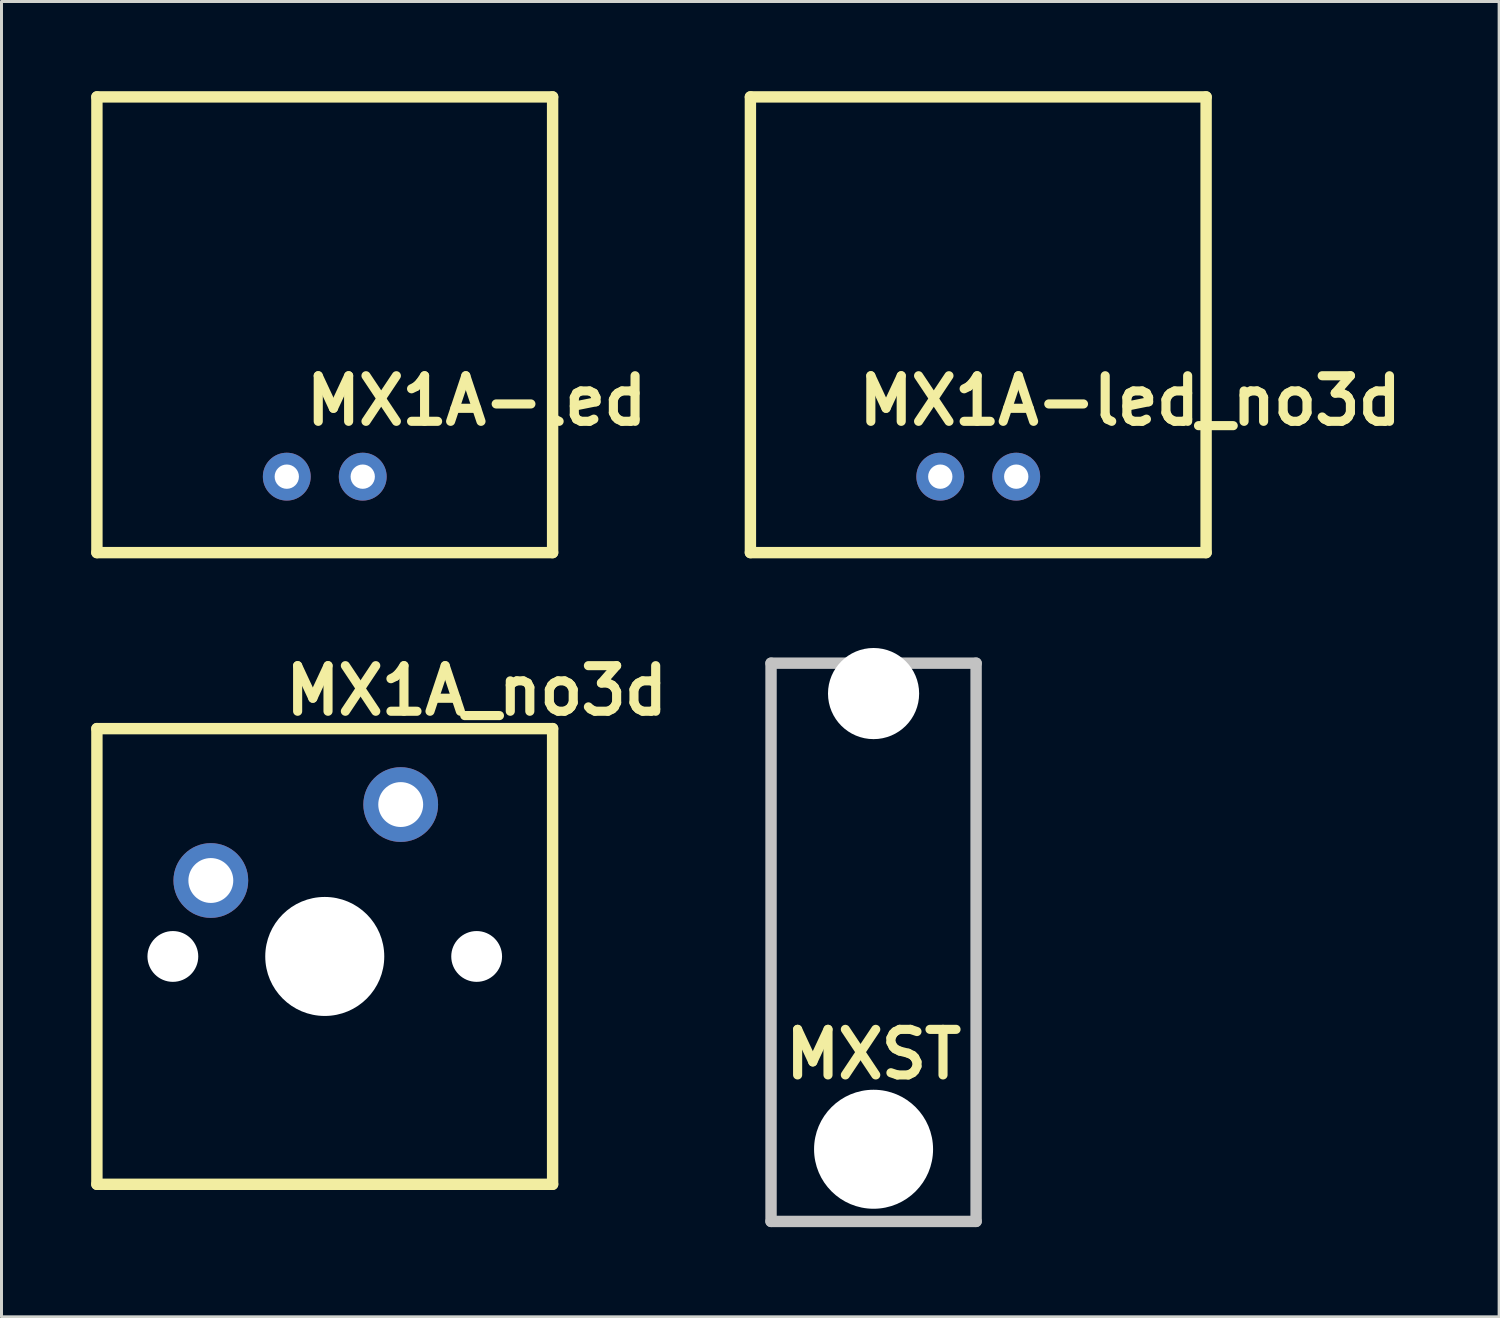
<source format=kicad_pcb>
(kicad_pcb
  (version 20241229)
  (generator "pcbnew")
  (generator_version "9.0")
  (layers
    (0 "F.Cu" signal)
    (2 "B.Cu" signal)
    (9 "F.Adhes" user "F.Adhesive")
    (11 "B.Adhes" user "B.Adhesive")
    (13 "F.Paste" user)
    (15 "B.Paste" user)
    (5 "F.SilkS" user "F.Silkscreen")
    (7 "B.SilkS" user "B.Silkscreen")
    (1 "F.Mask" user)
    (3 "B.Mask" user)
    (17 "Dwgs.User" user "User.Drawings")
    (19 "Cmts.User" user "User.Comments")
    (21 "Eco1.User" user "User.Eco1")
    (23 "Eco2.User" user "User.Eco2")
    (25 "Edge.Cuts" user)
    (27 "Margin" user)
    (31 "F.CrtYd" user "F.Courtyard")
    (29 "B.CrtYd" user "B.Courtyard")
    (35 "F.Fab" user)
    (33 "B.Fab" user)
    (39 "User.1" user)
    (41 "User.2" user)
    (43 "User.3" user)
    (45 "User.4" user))
  (footprint "MX1A-led_no3d"
    (layer "F.Cu")
    (at 29.666 7.811)
    (property "Reference" "MX1A-led_no3d" (at 5.08 2.54 0) (layer "F.SilkS") (effects (font (size 1.524 1.524) (thickness 0.305))))
    (attr through_hole)
    (fp_line (start -7.62 -7.62) (end 7.62 -7.62) (stroke (width 0.381) (type solid)) (layer "F.SilkS"))
    (fp_line (start -7.62 7.62) (end -7.62 -7.62) (stroke (width 0.381) (type solid)) (layer "F.SilkS"))
    (fp_line (start 7.62 -7.62) (end 7.62 7.62) (stroke (width 0.381) (type solid)) (layer "F.SilkS"))
    (fp_line (start 7.62 7.62) (end -7.62 7.62) (stroke (width 0.381) (type solid)) (layer "F.SilkS"))
    (pad "1" thru_hole circle (at -1.27 5.08) (size 1.6 1.6) (drill 0.813) (layers "*.Cu" "*.Mask"))
    (pad "2" thru_hole circle (at 1.27 5.08) (size 1.6 1.6) (drill 0.813) (layers "*.Cu" "*.Mask")))
  (footprint "MX1A_no3d"
    (layer "F.Cu")
    (at 7.811 28.937)
    (property "Reference" "MX1A_no3d" (at 5.08 -8.89 0) (layer "F.SilkS") (effects (font (size 1.524 1.524) (thickness 0.305))))
    (attr through_hole)
    (fp_line (start -7.62 -7.62) (end 7.62 -7.62) (stroke (width 0.381) (type solid)) (layer "F.SilkS"))
    (fp_line (start -7.62 7.62) (end -7.62 -7.62) (stroke (width 0.381) (type solid)) (layer "F.SilkS"))
    (fp_line (start 7.62 -7.62) (end 7.62 7.62) (stroke (width 0.381) (type solid)) (layer "F.SilkS"))
    (fp_line (start 7.62 7.62) (end -7.62 7.62) (stroke (width 0.381) (type solid)) (layer "F.SilkS"))
    (pad "" np_thru_hole circle (at -5.08 0) (size 1.699 1.699) (drill 1.699) (layers "*.Cu" "*.Mask"))
    (pad "" np_thru_hole circle (at 0 0) (size 3.98 3.98) (drill 3.98) (layers "*.Cu" "*.Mask"))
    (pad "" np_thru_hole circle (at 5.08 0) (size 1.699 1.699) (drill 1.699) (layers "*.Cu" "*.Mask"))
    (pad "1" thru_hole circle (at -3.81 -2.54) (size 2.499 2.499) (drill 1.501) (layers "*.Cu" "*.Mask"))
    (pad "2" thru_hole circle (at 2.54 -5.08) (size 2.499 2.499) (drill 1.501) (layers "*.Cu" "*.Mask")))
  (footprint "MX1A-led"
    (layer "F.Cu")
    (at 7.811 7.811)
    (property "Reference" "MX1A-led" (at 5.08 2.54 0) (layer "F.SilkS") (effects (font (size 1.524 1.524) (thickness 0.305))))
    (attr through_hole)
    (fp_line (start -7.62 -7.62) (end 7.62 -7.62) (stroke (width 0.381) (type solid)) (layer "F.SilkS"))
    (fp_line (start -7.62 7.62) (end -7.62 -7.62) (stroke (width 0.381) (type solid)) (layer "F.SilkS"))
    (fp_line (start 7.62 -7.62) (end 7.62 7.62) (stroke (width 0.381) (type solid)) (layer "F.SilkS"))
    (fp_line (start 7.62 7.62) (end -7.62 7.62) (stroke (width 0.381) (type solid)) (layer "F.SilkS"))
    (pad "1" thru_hole circle (at -1.27 5.08) (size 1.6 1.6) (drill 0.813) (layers "*.Cu" "*.Mask"))
    (pad "2" thru_hole circle (at 1.27 5.08) (size 1.6 1.6) (drill 0.813) (layers "*.Cu" "*.Mask")))
  (footprint "MXST"
    (layer "F.Cu")
    (at 26.165 27.13)
    (property "Reference" "MXST" (at 0 5.08 0) (layer "F.SilkS") (effects (font (size 1.524 1.524) (thickness 0.305))))
    (attr through_hole)
    (fp_line (start -3.429 -8.001) (end -3.429 10.668) (stroke (width 0.381) (type solid)) (layer "Dwgs.User"))
    (fp_line (start -3.429 10.668) (end 3.429 10.668) (stroke (width 0.381) (type solid)) (layer "Dwgs.User"))
    (fp_line (start 3.429 -8.001) (end -3.429 -8.001) (stroke (width 0.381) (type solid)) (layer "Dwgs.User"))
    (fp_line (start 3.429 10.668) (end 3.429 -8.001) (stroke (width 0.381) (type solid)) (layer "Dwgs.User"))
    (pad "" np_thru_hole circle (at 0 -6.985) (size 3.048 3.048) (drill 3.048) (layers "*.Cu" "*.Mask"))
    (pad "" np_thru_hole circle (at 0 8.255) (size 3.98 3.98) (drill 3.98) (layers "*.Cu" "*.Mask")))
  (gr_rect
    (start -3 -3)
    (end 47.086 40.989)
    (stroke (width 0.1) (type default))
    (fill no)
    (layer "Edge.Cuts")))
</source>
